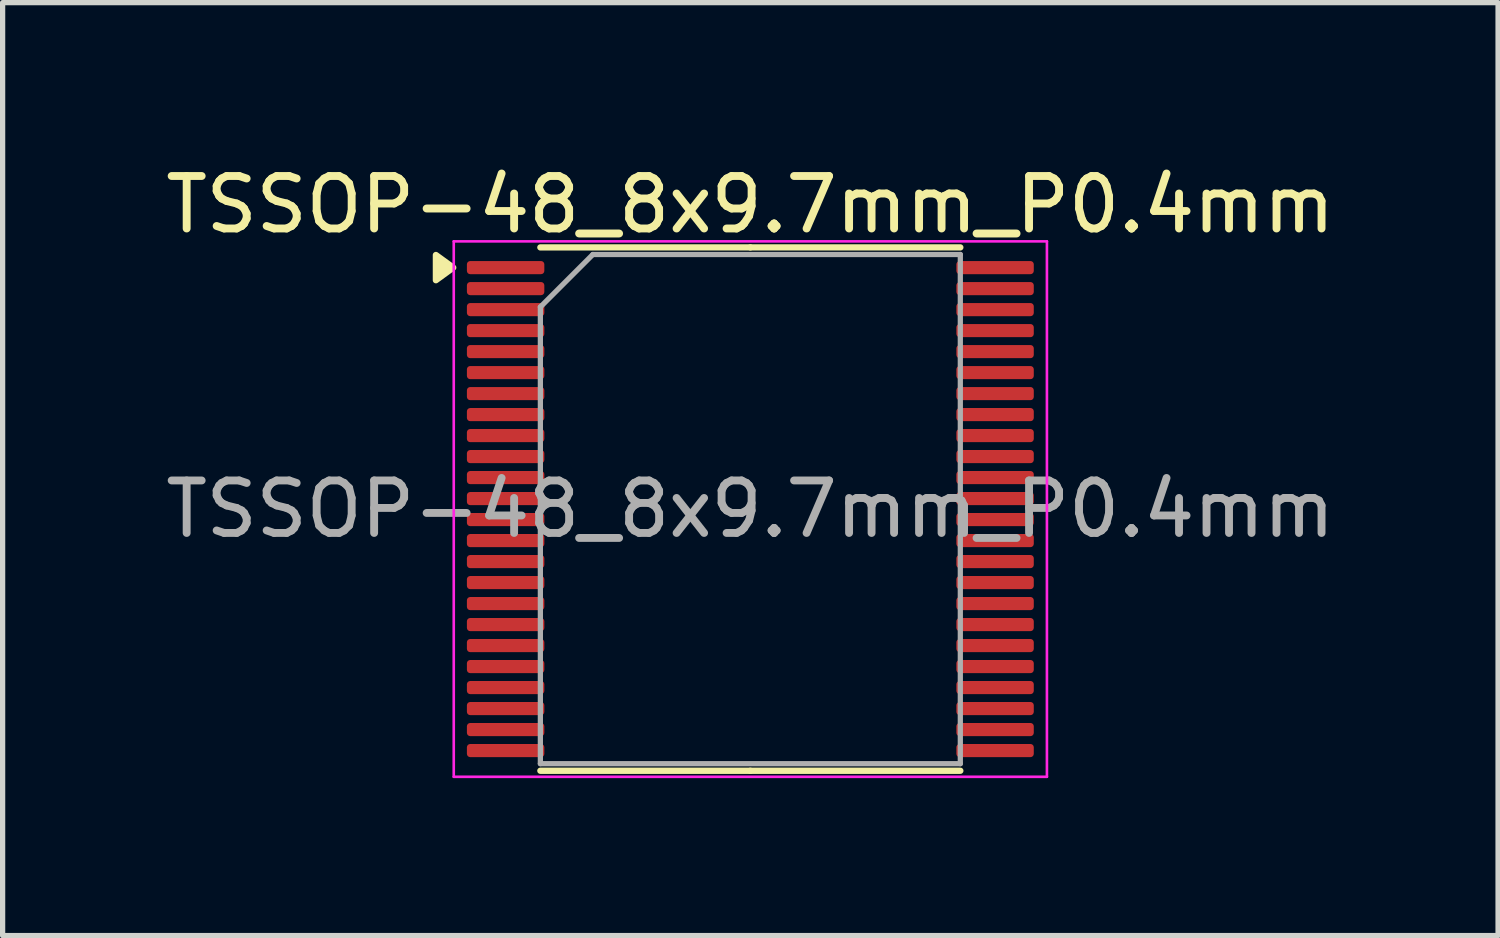
<source format=kicad_pcb>
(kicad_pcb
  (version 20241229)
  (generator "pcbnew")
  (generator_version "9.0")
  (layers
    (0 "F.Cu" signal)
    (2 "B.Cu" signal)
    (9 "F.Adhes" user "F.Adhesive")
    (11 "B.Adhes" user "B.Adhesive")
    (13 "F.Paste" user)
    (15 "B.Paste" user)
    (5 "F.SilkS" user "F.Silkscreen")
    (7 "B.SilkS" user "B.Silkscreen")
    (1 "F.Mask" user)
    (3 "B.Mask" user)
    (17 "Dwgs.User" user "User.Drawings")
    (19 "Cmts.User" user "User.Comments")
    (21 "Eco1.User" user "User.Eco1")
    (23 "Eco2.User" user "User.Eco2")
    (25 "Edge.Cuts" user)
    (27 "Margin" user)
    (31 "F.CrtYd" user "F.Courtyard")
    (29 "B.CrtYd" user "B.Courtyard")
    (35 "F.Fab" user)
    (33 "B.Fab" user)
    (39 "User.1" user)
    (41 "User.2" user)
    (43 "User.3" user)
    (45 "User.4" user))
  (footprint "TSSOP-48_8x9.7mm_P0.4mm"
    (layer "F.Cu")
    (at 11.244 6.648)
    (property "Reference" "TSSOP-48_8x9.7mm_P0.4mm" (at 0 -5.8 0) (layer "F.SilkS") (effects (font (size 1 1) (thickness 0.15))))
    (attr smd)
    (fp_line (start 0 -4.985) (end -4 -4.985) (stroke (width 0.12) (type solid)) (layer "F.SilkS"))
    (fp_line (start 0 -4.985) (end 4 -4.985) (stroke (width 0.12) (type solid)) (layer "F.SilkS"))
    (fp_line (start 0 4.985) (end -4 4.985) (stroke (width 0.12) (type solid)) (layer "F.SilkS"))
    (fp_line (start 0 4.985) (end 4 4.985) (stroke (width 0.12) (type solid)) (layer "F.SilkS"))
    (fp_poly (pts (xy -5.66 -4.6) (xy -5.99 -4.84) (xy -5.99 -4.36) (xy -5.66 -4.6)) (stroke (width 0.12) (type solid)) (fill yes) (layer "F.SilkS"))
    (fp_line (start -5.65 -5.1) (end -5.65 5.1) (stroke (width 0.05) (type solid)) (layer "F.CrtYd"))
    (fp_line (start -5.65 5.1) (end 5.65 5.1) (stroke (width 0.05) (type solid)) (layer "F.CrtYd"))
    (fp_line (start 5.65 -5.1) (end -5.65 -5.1) (stroke (width 0.05) (type solid)) (layer "F.CrtYd"))
    (fp_line (start 5.65 5.1) (end 5.65 -5.1) (stroke (width 0.05) (type solid)) (layer "F.CrtYd"))
    (fp_line (start -4 -3.85) (end -3 -4.85) (stroke (width 0.1) (type solid)) (layer "F.Fab"))
    (fp_line (start -4 4.85) (end -4 -3.85) (stroke (width 0.1) (type solid)) (layer "F.Fab"))
    (fp_line (start -3 -4.85) (end 4 -4.85) (stroke (width 0.1) (type solid)) (layer "F.Fab"))
    (fp_line (start 4 -4.85) (end 4 4.85) (stroke (width 0.1) (type solid)) (layer "F.Fab"))
    (fp_line (start 4 4.85) (end -4 4.85) (stroke (width 0.1) (type solid)) (layer "F.Fab"))
    (fp_text user "${REFERENCE}" (at 0 0 0) (layer "F.Fab") (effects (font (size 1 1) (thickness 0.15))))
    (pad "1" smd roundrect (at -4.662 -4.6) (size 1.475 0.25) (layers "F.Cu" "F.Mask" "F.Paste") (roundrect_rratio 0.25))
    (pad "2" smd roundrect (at -4.662 -4.2) (size 1.475 0.25) (layers "F.Cu" "F.Mask" "F.Paste") (roundrect_rratio 0.25))
    (pad "3" smd roundrect (at -4.662 -3.8) (size 1.475 0.25) (layers "F.Cu" "F.Mask" "F.Paste") (roundrect_rratio 0.25))
    (pad "4" smd roundrect (at -4.662 -3.4) (size 1.475 0.25) (layers "F.Cu" "F.Mask" "F.Paste") (roundrect_rratio 0.25))
    (pad "5" smd roundrect (at -4.662 -3) (size 1.475 0.25) (layers "F.Cu" "F.Mask" "F.Paste") (roundrect_rratio 0.25))
    (pad "6" smd roundrect (at -4.662 -2.6) (size 1.475 0.25) (layers "F.Cu" "F.Mask" "F.Paste") (roundrect_rratio 0.25))
    (pad "7" smd roundrect (at -4.662 -2.2) (size 1.475 0.25) (layers "F.Cu" "F.Mask" "F.Paste") (roundrect_rratio 0.25))
    (pad "8" smd roundrect (at -4.662 -1.8) (size 1.475 0.25) (layers "F.Cu" "F.Mask" "F.Paste") (roundrect_rratio 0.25))
    (pad "9" smd roundrect (at -4.662 -1.4) (size 1.475 0.25) (layers "F.Cu" "F.Mask" "F.Paste") (roundrect_rratio 0.25))
    (pad "10" smd roundrect (at -4.662 -1) (size 1.475 0.25) (layers "F.Cu" "F.Mask" "F.Paste") (roundrect_rratio 0.25))
    (pad "11" smd roundrect (at -4.662 -0.6) (size 1.475 0.25) (layers "F.Cu" "F.Mask" "F.Paste") (roundrect_rratio 0.25))
    (pad "12" smd roundrect (at -4.662 -0.2) (size 1.475 0.25) (layers "F.Cu" "F.Mask" "F.Paste") (roundrect_rratio 0.25))
    (pad "13" smd roundrect (at -4.662 0.2) (size 1.475 0.25) (layers "F.Cu" "F.Mask" "F.Paste") (roundrect_rratio 0.25))
    (pad "14" smd roundrect (at -4.662 0.6) (size 1.475 0.25) (layers "F.Cu" "F.Mask" "F.Paste") (roundrect_rratio 0.25))
    (pad "15" smd roundrect (at -4.662 1) (size 1.475 0.25) (layers "F.Cu" "F.Mask" "F.Paste") (roundrect_rratio 0.25))
    (pad "16" smd roundrect (at -4.662 1.4) (size 1.475 0.25) (layers "F.Cu" "F.Mask" "F.Paste") (roundrect_rratio 0.25))
    (pad "17" smd roundrect (at -4.662 1.8) (size 1.475 0.25) (layers "F.Cu" "F.Mask" "F.Paste") (roundrect_rratio 0.25))
    (pad "18" smd roundrect (at -4.662 2.2) (size 1.475 0.25) (layers "F.Cu" "F.Mask" "F.Paste") (roundrect_rratio 0.25))
    (pad "19" smd roundrect (at -4.662 2.6) (size 1.475 0.25) (layers "F.Cu" "F.Mask" "F.Paste") (roundrect_rratio 0.25))
    (pad "20" smd roundrect (at -4.662 3) (size 1.475 0.25) (layers "F.Cu" "F.Mask" "F.Paste") (roundrect_rratio 0.25))
    (pad "21" smd roundrect (at -4.662 3.4) (size 1.475 0.25) (layers "F.Cu" "F.Mask" "F.Paste") (roundrect_rratio 0.25))
    (pad "22" smd roundrect (at -4.662 3.8) (size 1.475 0.25) (layers "F.Cu" "F.Mask" "F.Paste") (roundrect_rratio 0.25))
    (pad "23" smd roundrect (at -4.662 4.2) (size 1.475 0.25) (layers "F.Cu" "F.Mask" "F.Paste") (roundrect_rratio 0.25))
    (pad "24" smd roundrect (at -4.662 4.6) (size 1.475 0.25) (layers "F.Cu" "F.Mask" "F.Paste") (roundrect_rratio 0.25))
    (pad "25" smd roundrect (at 4.662 4.6) (size 1.475 0.25) (layers "F.Cu" "F.Mask" "F.Paste") (roundrect_rratio 0.25))
    (pad "26" smd roundrect (at 4.662 4.2) (size 1.475 0.25) (layers "F.Cu" "F.Mask" "F.Paste") (roundrect_rratio 0.25))
    (pad "27" smd roundrect (at 4.662 3.8) (size 1.475 0.25) (layers "F.Cu" "F.Mask" "F.Paste") (roundrect_rratio 0.25))
    (pad "28" smd roundrect (at 4.662 3.4) (size 1.475 0.25) (layers "F.Cu" "F.Mask" "F.Paste") (roundrect_rratio 0.25))
    (pad "29" smd roundrect (at 4.662 3) (size 1.475 0.25) (layers "F.Cu" "F.Mask" "F.Paste") (roundrect_rratio 0.25))
    (pad "30" smd roundrect (at 4.662 2.6) (size 1.475 0.25) (layers "F.Cu" "F.Mask" "F.Paste") (roundrect_rratio 0.25))
    (pad "31" smd roundrect (at 4.662 2.2) (size 1.475 0.25) (layers "F.Cu" "F.Mask" "F.Paste") (roundrect_rratio 0.25))
    (pad "32" smd roundrect (at 4.662 1.8) (size 1.475 0.25) (layers "F.Cu" "F.Mask" "F.Paste") (roundrect_rratio 0.25))
    (pad "33" smd roundrect (at 4.662 1.4) (size 1.475 0.25) (layers "F.Cu" "F.Mask" "F.Paste") (roundrect_rratio 0.25))
    (pad "34" smd roundrect (at 4.662 1) (size 1.475 0.25) (layers "F.Cu" "F.Mask" "F.Paste") (roundrect_rratio 0.25))
    (pad "35" smd roundrect (at 4.662 0.6) (size 1.475 0.25) (layers "F.Cu" "F.Mask" "F.Paste") (roundrect_rratio 0.25))
    (pad "36" smd roundrect (at 4.662 0.2) (size 1.475 0.25) (layers "F.Cu" "F.Mask" "F.Paste") (roundrect_rratio 0.25))
    (pad "37" smd roundrect (at 4.662 -0.2) (size 1.475 0.25) (layers "F.Cu" "F.Mask" "F.Paste") (roundrect_rratio 0.25))
    (pad "38" smd roundrect (at 4.662 -0.6) (size 1.475 0.25) (layers "F.Cu" "F.Mask" "F.Paste") (roundrect_rratio 0.25))
    (pad "39" smd roundrect (at 4.662 -1) (size 1.475 0.25) (layers "F.Cu" "F.Mask" "F.Paste") (roundrect_rratio 0.25))
    (pad "40" smd roundrect (at 4.662 -1.4) (size 1.475 0.25) (layers "F.Cu" "F.Mask" "F.Paste") (roundrect_rratio 0.25))
    (pad "41" smd roundrect (at 4.662 -1.8) (size 1.475 0.25) (layers "F.Cu" "F.Mask" "F.Paste") (roundrect_rratio 0.25))
    (pad "42" smd roundrect (at 4.662 -2.2) (size 1.475 0.25) (layers "F.Cu" "F.Mask" "F.Paste") (roundrect_rratio 0.25))
    (pad "43" smd roundrect (at 4.662 -2.6) (size 1.475 0.25) (layers "F.Cu" "F.Mask" "F.Paste") (roundrect_rratio 0.25))
    (pad "44" smd roundrect (at 4.662 -3) (size 1.475 0.25) (layers "F.Cu" "F.Mask" "F.Paste") (roundrect_rratio 0.25))
    (pad "45" smd roundrect (at 4.662 -3.4) (size 1.475 0.25) (layers "F.Cu" "F.Mask" "F.Paste") (roundrect_rratio 0.25))
    (pad "46" smd roundrect (at 4.662 -3.8) (size 1.475 0.25) (layers "F.Cu" "F.Mask" "F.Paste") (roundrect_rratio 0.25))
    (pad "47" smd roundrect (at 4.662 -4.2) (size 1.475 0.25) (layers "F.Cu" "F.Mask" "F.Paste") (roundrect_rratio 0.25))
    (pad "48" smd roundrect (at 4.662 -4.6) (size 1.475 0.25) (layers "F.Cu" "F.Mask" "F.Paste") (roundrect_rratio 0.25)))
  (gr_rect
    (start -3 -3)
    (end 25.488 14.773)
    (stroke (width 0.1) (type default))
    (fill no)
    (layer "Edge.Cuts")))
</source>
